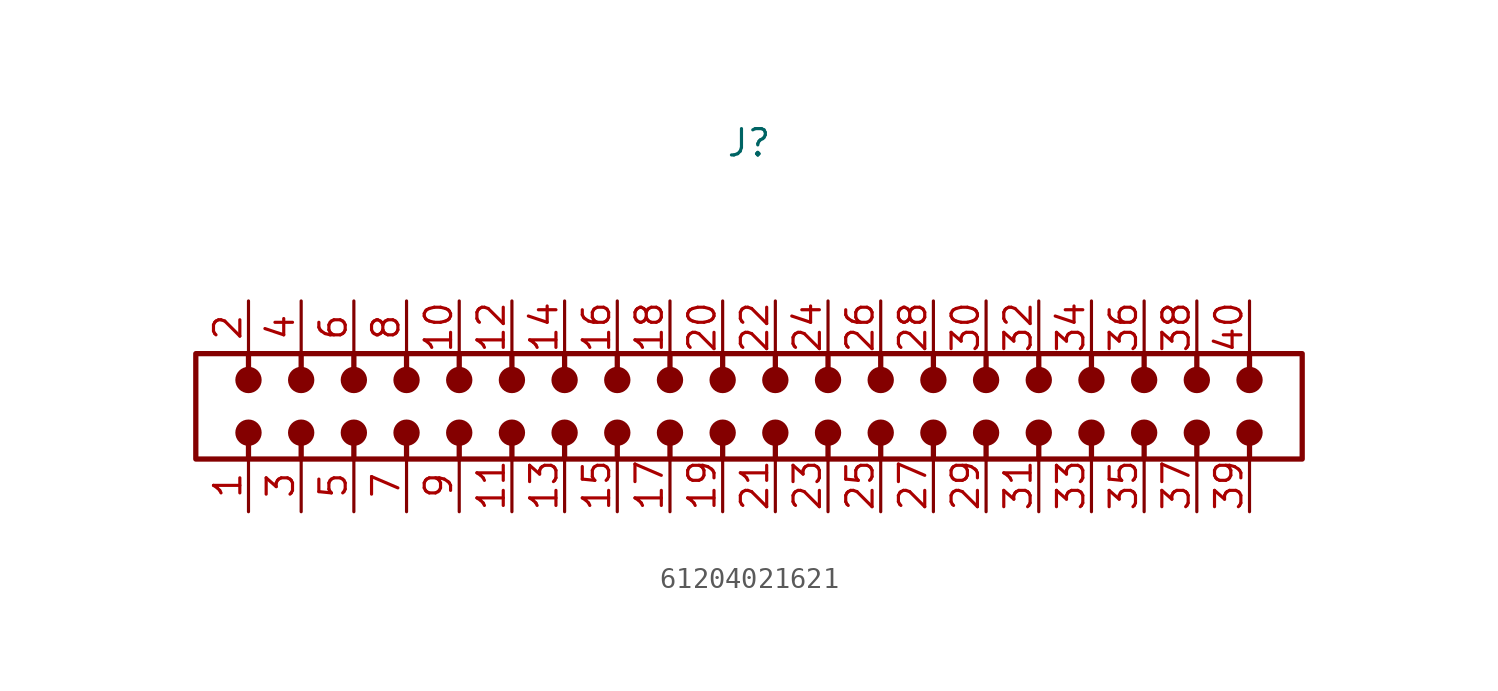
<source format=kicad_sym>
(kicad_symbol_lib
  (version 20241209)
  (generator "kicad_symbol_editor")
  (generator_version "9.0")
  (symbol "61204021621"
    (pin_names
      (hide yes))
    (property "Reference" "J"
      (at 0 12.7 0)
      (effects (font (size 1.27 1.27))))
    (symbol "61204021621_1_1"
      (rectangle (start -26.67 2.54) (end 26.67 -2.54) (stroke (width 0.254) (type solid)) (fill (type none)))
      (polyline (pts (xy -24.13 1.778) (xy -24.13 2.54)) (stroke (width 0.254) (type solid)) (fill (type none)))
      (circle (center -24.13 1.27) (radius 0.508) (stroke (width 0.254) (type solid)) (fill (type outline)))
      (circle (center -24.13 -1.27) (radius 0.508) (stroke (width 0.254) (type solid)) (fill (type outline)))
      (polyline (pts (xy -24.13 -1.778) (xy -24.13 -2.54)) (stroke (width 0.254) (type solid)) (fill (type none)))
      (polyline (pts (xy -21.59 1.778) (xy -21.59 2.54)) (stroke (width 0.254) (type solid)) (fill (type none)))
      (circle (center -21.59 1.27) (radius 0.508) (stroke (width 0.254) (type solid)) (fill (type outline)))
      (circle (center -21.59 -1.27) (radius 0.508) (stroke (width 0.254) (type solid)) (fill (type outline)))
      (polyline (pts (xy -21.59 -1.778) (xy -21.59 -2.54)) (stroke (width 0.254) (type solid)) (fill (type none)))
      (polyline (pts (xy -19.05 1.778) (xy -19.05 2.54)) (stroke (width 0.254) (type solid)) (fill (type none)))
      (circle (center -19.05 1.27) (radius 0.508) (stroke (width 0.254) (type solid)) (fill (type outline)))
      (circle (center -19.05 -1.27) (radius 0.508) (stroke (width 0.254) (type solid)) (fill (type outline)))
      (polyline (pts (xy -19.05 -1.778) (xy -19.05 -2.54)) (stroke (width 0.254) (type solid)) (fill (type none)))
      (polyline (pts (xy -16.51 1.778) (xy -16.51 2.54)) (stroke (width 0.254) (type solid)) (fill (type none)))
      (circle (center -16.51 1.27) (radius 0.508) (stroke (width 0.254) (type solid)) (fill (type outline)))
      (circle (center -16.51 -1.27) (radius 0.508) (stroke (width 0.254) (type solid)) (fill (type outline)))
      (polyline (pts (xy -16.51 -1.778) (xy -16.51 -2.54)) (stroke (width 0.254) (type solid)) (fill (type none)))
      (polyline (pts (xy -13.97 1.778) (xy -13.97 2.54)) (stroke (width 0.254) (type solid)) (fill (type none)))
      (circle (center -13.97 1.27) (radius 0.508) (stroke (width 0.254) (type solid)) (fill (type outline)))
      (circle (center -13.97 -1.27) (radius 0.508) (stroke (width 0.254) (type solid)) (fill (type outline)))
      (polyline (pts (xy -13.97 -1.778) (xy -13.97 -2.54)) (stroke (width 0.254) (type solid)) (fill (type none)))
      (polyline (pts (xy -11.43 1.778) (xy -11.43 2.54)) (stroke (width 0.254) (type solid)) (fill (type none)))
      (circle (center -11.43 1.27) (radius 0.508) (stroke (width 0.254) (type solid)) (fill (type outline)))
      (circle (center -11.43 -1.27) (radius 0.508) (stroke (width 0.254) (type solid)) (fill (type outline)))
      (polyline (pts (xy -11.43 -1.778) (xy -11.43 -2.54)) (stroke (width 0.254) (type solid)) (fill (type none)))
      (polyline (pts (xy -8.89 1.778) (xy -8.89 2.54)) (stroke (width 0.254) (type solid)) (fill (type none)))
      (circle (center -8.89 1.27) (radius 0.508) (stroke (width 0.254) (type solid)) (fill (type outline)))
      (circle (center -8.89 -1.27) (radius 0.508) (stroke (width 0.254) (type solid)) (fill (type outline)))
      (polyline (pts (xy -8.89 -1.778) (xy -8.89 -2.54)) (stroke (width 0.254) (type solid)) (fill (type none)))
      (polyline (pts (xy -6.35 1.778) (xy -6.35 2.54)) (stroke (width 0.254) (type solid)) (fill (type none)))
      (circle (center -6.35 1.27) (radius 0.508) (stroke (width 0.254) (type solid)) (fill (type outline)))
      (circle (center -6.35 -1.27) (radius 0.508) (stroke (width 0.254) (type solid)) (fill (type outline)))
      (polyline (pts (xy -6.35 -1.778) (xy -6.35 -2.54)) (stroke (width 0.254) (type solid)) (fill (type none)))
      (polyline (pts (xy -3.81 1.778) (xy -3.81 2.54)) (stroke (width 0.254) (type solid)) (fill (type none)))
      (circle (center -3.81 1.27) (radius 0.508) (stroke (width 0.254) (type solid)) (fill (type outline)))
      (circle (center -3.81 -1.27) (radius 0.508) (stroke (width 0.254) (type solid)) (fill (type outline)))
      (polyline (pts (xy -3.81 -1.778) (xy -3.81 -2.54)) (stroke (width 0.254) (type solid)) (fill (type none)))
      (polyline (pts (xy -1.27 1.778) (xy -1.27 2.54)) (stroke (width 0.254) (type solid)) (fill (type none)))
      (circle (center -1.27 1.27) (radius 0.508) (stroke (width 0.254) (type solid)) (fill (type outline)))
      (circle (center -1.27 -1.27) (radius 0.508) (stroke (width 0.254) (type solid)) (fill (type outline)))
      (polyline (pts (xy -1.27 -1.778) (xy -1.27 -2.54)) (stroke (width 0.254) (type solid)) (fill (type none)))
      (polyline (pts (xy 1.27 1.778) (xy 1.27 2.54)) (stroke (width 0.254) (type solid)) (fill (type none)))
      (circle (center 1.27 1.27) (radius 0.508) (stroke (width 0.254) (type solid)) (fill (type outline)))
      (circle (center 1.27 -1.27) (radius 0.508) (stroke (width 0.254) (type solid)) (fill (type outline)))
      (polyline (pts (xy 1.27 -1.778) (xy 1.27 -2.54)) (stroke (width 0.254) (type solid)) (fill (type none)))
      (polyline (pts (xy 3.81 1.778) (xy 3.81 2.54)) (stroke (width 0.254) (type solid)) (fill (type none)))
      (circle (center 3.81 1.27) (radius 0.508) (stroke (width 0.254) (type solid)) (fill (type outline)))
      (circle (center 3.81 -1.27) (radius 0.508) (stroke (width 0.254) (type solid)) (fill (type outline)))
      (polyline (pts (xy 3.81 -1.778) (xy 3.81 -2.54)) (stroke (width 0.254) (type solid)) (fill (type none)))
      (polyline (pts (xy 6.35 1.778) (xy 6.35 2.54)) (stroke (width 0.254) (type solid)) (fill (type none)))
      (circle (center 6.35 1.27) (radius 0.508) (stroke (width 0.254) (type solid)) (fill (type outline)))
      (circle (center 6.35 -1.27) (radius 0.508) (stroke (width 0.254) (type solid)) (fill (type outline)))
      (polyline (pts (xy 6.35 -1.778) (xy 6.35 -2.54)) (stroke (width 0.254) (type solid)) (fill (type none)))
      (polyline (pts (xy 8.89 1.778) (xy 8.89 2.54)) (stroke (width 0.254) (type solid)) (fill (type none)))
      (circle (center 8.89 1.27) (radius 0.508) (stroke (width 0.254) (type solid)) (fill (type outline)))
      (circle (center 8.89 -1.27) (radius 0.508) (stroke (width 0.254) (type solid)) (fill (type outline)))
      (polyline (pts (xy 8.89 -1.778) (xy 8.89 -2.54)) (stroke (width 0.254) (type solid)) (fill (type none)))
      (polyline (pts (xy 11.43 1.778) (xy 11.43 2.54)) (stroke (width 0.254) (type solid)) (fill (type none)))
      (circle (center 11.43 1.27) (radius 0.508) (stroke (width 0.254) (type solid)) (fill (type outline)))
      (circle (center 11.43 -1.27) (radius 0.508) (stroke (width 0.254) (type solid)) (fill (type outline)))
      (polyline (pts (xy 11.43 -1.778) (xy 11.43 -2.54)) (stroke (width 0.254) (type solid)) (fill (type none)))
      (polyline (pts (xy 13.97 1.778) (xy 13.97 2.54)) (stroke (width 0.254) (type solid)) (fill (type none)))
      (circle (center 13.97 1.27) (radius 0.508) (stroke (width 0.254) (type solid)) (fill (type outline)))
      (circle (center 13.97 -1.27) (radius 0.508) (stroke (width 0.254) (type solid)) (fill (type outline)))
      (polyline (pts (xy 13.97 -1.778) (xy 13.97 -2.54)) (stroke (width 0.254) (type solid)) (fill (type none)))
      (polyline (pts (xy 16.51 1.778) (xy 16.51 2.54)) (stroke (width 0.254) (type solid)) (fill (type none)))
      (circle (center 16.51 1.27) (radius 0.508) (stroke (width 0.254) (type solid)) (fill (type outline)))
      (circle (center 16.51 -1.27) (radius 0.508) (stroke (width 0.254) (type solid)) (fill (type outline)))
      (polyline (pts (xy 16.51 -1.778) (xy 16.51 -2.54)) (stroke (width 0.254) (type solid)) (fill (type none)))
      (polyline (pts (xy 19.05 1.778) (xy 19.05 2.54)) (stroke (width 0.254) (type solid)) (fill (type none)))
      (circle (center 19.05 1.27) (radius 0.508) (stroke (width 0.254) (type solid)) (fill (type outline)))
      (circle (center 19.05 -1.27) (radius 0.508) (stroke (width 0.254) (type solid)) (fill (type outline)))
      (polyline (pts (xy 19.05 -1.778) (xy 19.05 -2.54)) (stroke (width 0.254) (type solid)) (fill (type none)))
      (polyline (pts (xy 21.59 1.778) (xy 21.59 2.54)) (stroke (width 0.254) (type solid)) (fill (type none)))
      (circle (center 21.59 1.27) (radius 0.508) (stroke (width 0.254) (type solid)) (fill (type outline)))
      (circle (center 21.59 -1.27) (radius 0.508) (stroke (width 0.254) (type solid)) (fill (type outline)))
      (polyline (pts (xy 21.59 -1.778) (xy 21.59 -2.54)) (stroke (width 0.254) (type solid)) (fill (type none)))
      (polyline (pts (xy 24.13 1.778) (xy 24.13 2.54)) (stroke (width 0.254) (type solid)) (fill (type none)))
      (circle (center 24.13 1.27) (radius 0.508) (stroke (width 0.254) (type solid)) (fill (type outline)))
      (circle (center 24.13 -1.27) (radius 0.508) (stroke (width 0.254) (type solid)) (fill (type outline)))
      (polyline (pts (xy 24.13 -1.778) (xy 24.13 -2.54)) (stroke (width 0.254) (type solid)) (fill (type none)))
      (pin passive line (at -24.13 5.08 270) (length 2.54) (name "2" (effects (font (size 1.27 1.27)))) (number "2" (effects (font (size 1.27 1.27)))))
      (pin passive line (at -24.13 -5.08 90) (length 2.54) (name "1" (effects (font (size 1.27 1.27)))) (number "1" (effects (font (size 1.27 1.27)))))
      (pin passive line (at -21.59 5.08 270) (length 2.54) (name "4" (effects (font (size 1.27 1.27)))) (number "4" (effects (font (size 1.27 1.27)))))
      (pin passive line (at -21.59 -5.08 90) (length 2.54) (name "3" (effects (font (size 1.27 1.27)))) (number "3" (effects (font (size 1.27 1.27)))))
      (pin passive line (at -19.05 5.08 270) (length 2.54) (name "6" (effects (font (size 1.27 1.27)))) (number "6" (effects (font (size 1.27 1.27)))))
      (pin passive line (at -19.05 -5.08 90) (length 2.54) (name "5" (effects (font (size 1.27 1.27)))) (number "5" (effects (font (size 1.27 1.27)))))
      (pin passive line (at -16.51 5.08 270) (length 2.54) (name "8" (effects (font (size 1.27 1.27)))) (number "8" (effects (font (size 1.27 1.27)))))
      (pin passive line (at -16.51 -5.08 90) (length 2.54) (name "7" (effects (font (size 1.27 1.27)))) (number "7" (effects (font (size 1.27 1.27)))))
      (pin passive line (at -13.97 5.08 270) (length 2.54) (name "10" (effects (font (size 1.27 1.27)))) (number "10" (effects (font (size 1.27 1.27)))))
      (pin passive line (at -13.97 -5.08 90) (length 2.54) (name "9" (effects (font (size 1.27 1.27)))) (number "9" (effects (font (size 1.27 1.27)))))
      (pin passive line (at -11.43 5.08 270) (length 2.54) (name "12" (effects (font (size 1.27 1.27)))) (number "12" (effects (font (size 1.27 1.27)))))
      (pin passive line (at -11.43 -5.08 90) (length 2.54) (name "11" (effects (font (size 1.27 1.27)))) (number "11" (effects (font (size 1.27 1.27)))))
      (pin passive line (at -8.89 5.08 270) (length 2.54) (name "14" (effects (font (size 1.27 1.27)))) (number "14" (effects (font (size 1.27 1.27)))))
      (pin passive line (at -8.89 -5.08 90) (length 2.54) (name "13" (effects (font (size 1.27 1.27)))) (number "13" (effects (font (size 1.27 1.27)))))
      (pin passive line (at -6.35 5.08 270) (length 2.54) (name "16" (effects (font (size 1.27 1.27)))) (number "16" (effects (font (size 1.27 1.27)))))
      (pin passive line (at -6.35 -5.08 90) (length 2.54) (name "15" (effects (font (size 1.27 1.27)))) (number "15" (effects (font (size 1.27 1.27)))))
      (pin passive line (at -3.81 5.08 270) (length 2.54) (name "18" (effects (font (size 1.27 1.27)))) (number "18" (effects (font (size 1.27 1.27)))))
      (pin passive line (at -3.81 -5.08 90) (length 2.54) (name "17" (effects (font (size 1.27 1.27)))) (number "17" (effects (font (size 1.27 1.27)))))
      (pin passive line (at -1.27 5.08 270) (length 2.54) (name "20" (effects (font (size 1.27 1.27)))) (number "20" (effects (font (size 1.27 1.27)))))
      (pin passive line (at -1.27 -5.08 90) (length 2.54) (name "19" (effects (font (size 1.27 1.27)))) (number "19" (effects (font (size 1.27 1.27)))))
      (pin passive line (at 1.27 5.08 270) (length 2.54) (name "22" (effects (font (size 1.27 1.27)))) (number "22" (effects (font (size 1.27 1.27)))))
      (pin passive line (at 1.27 -5.08 90) (length 2.54) (name "21" (effects (font (size 1.27 1.27)))) (number "21" (effects (font (size 1.27 1.27)))))
      (pin passive line (at 3.81 5.08 270) (length 2.54) (name "24" (effects (font (size 1.27 1.27)))) (number "24" (effects (font (size 1.27 1.27)))))
      (pin passive line (at 3.81 -5.08 90) (length 2.54) (name "23" (effects (font (size 1.27 1.27)))) (number "23" (effects (font (size 1.27 1.27)))))
      (pin passive line (at 6.35 5.08 270) (length 2.54) (name "26" (effects (font (size 1.27 1.27)))) (number "26" (effects (font (size 1.27 1.27)))))
      (pin passive line (at 6.35 -5.08 90) (length 2.54) (name "25" (effects (font (size 1.27 1.27)))) (number "25" (effects (font (size 1.27 1.27)))))
      (pin passive line (at 8.89 5.08 270) (length 2.54) (name "28" (effects (font (size 1.27 1.27)))) (number "28" (effects (font (size 1.27 1.27)))))
      (pin passive line (at 8.89 -5.08 90) (length 2.54) (name "27" (effects (font (size 1.27 1.27)))) (number "27" (effects (font (size 1.27 1.27)))))
      (pin passive line (at 11.43 5.08 270) (length 2.54) (name "30" (effects (font (size 1.27 1.27)))) (number "30" (effects (font (size 1.27 1.27)))))
      (pin passive line (at 11.43 -5.08 90) (length 2.54) (name "29" (effects (font (size 1.27 1.27)))) (number "29" (effects (font (size 1.27 1.27)))))
      (pin passive line (at 13.97 5.08 270) (length 2.54) (name "32" (effects (font (size 1.27 1.27)))) (number "32" (effects (font (size 1.27 1.27)))))
      (pin passive line (at 13.97 -5.08 90) (length 2.54) (name "31" (effects (font (size 1.27 1.27)))) (number "31" (effects (font (size 1.27 1.27)))))
      (pin passive line (at 16.51 5.08 270) (length 2.54) (name "34" (effects (font (size 1.27 1.27)))) (number "34" (effects (font (size 1.27 1.27)))))
      (pin passive line (at 16.51 -5.08 90) (length 2.54) (name "33" (effects (font (size 1.27 1.27)))) (number "33" (effects (font (size 1.27 1.27)))))
      (pin passive line (at 19.05 5.08 270) (length 2.54) (name "36" (effects (font (size 1.27 1.27)))) (number "36" (effects (font (size 1.27 1.27)))))
      (pin passive line (at 19.05 -5.08 90) (length 2.54) (name "35" (effects (font (size 1.27 1.27)))) (number "35" (effects (font (size 1.27 1.27)))))
      (pin passive line (at 21.59 5.08 270) (length 2.54) (name "38" (effects (font (size 1.27 1.27)))) (number "38" (effects (font (size 1.27 1.27)))))
      (pin passive line (at 21.59 -5.08 90) (length 2.54) (name "37" (effects (font (size 1.27 1.27)))) (number "37" (effects (font (size 1.27 1.27)))))
      (pin passive line (at 24.13 5.08 270) (length 2.54) (name "40" (effects (font (size 1.27 1.27)))) (number "40" (effects (font (size 1.27 1.27)))))
      (pin passive line (at 24.13 -5.08 90) (length 2.54) (name "39" (effects (font (size 1.27 1.27)))) (number "39" (effects (font (size 1.27 1.27))))))))
</source>
